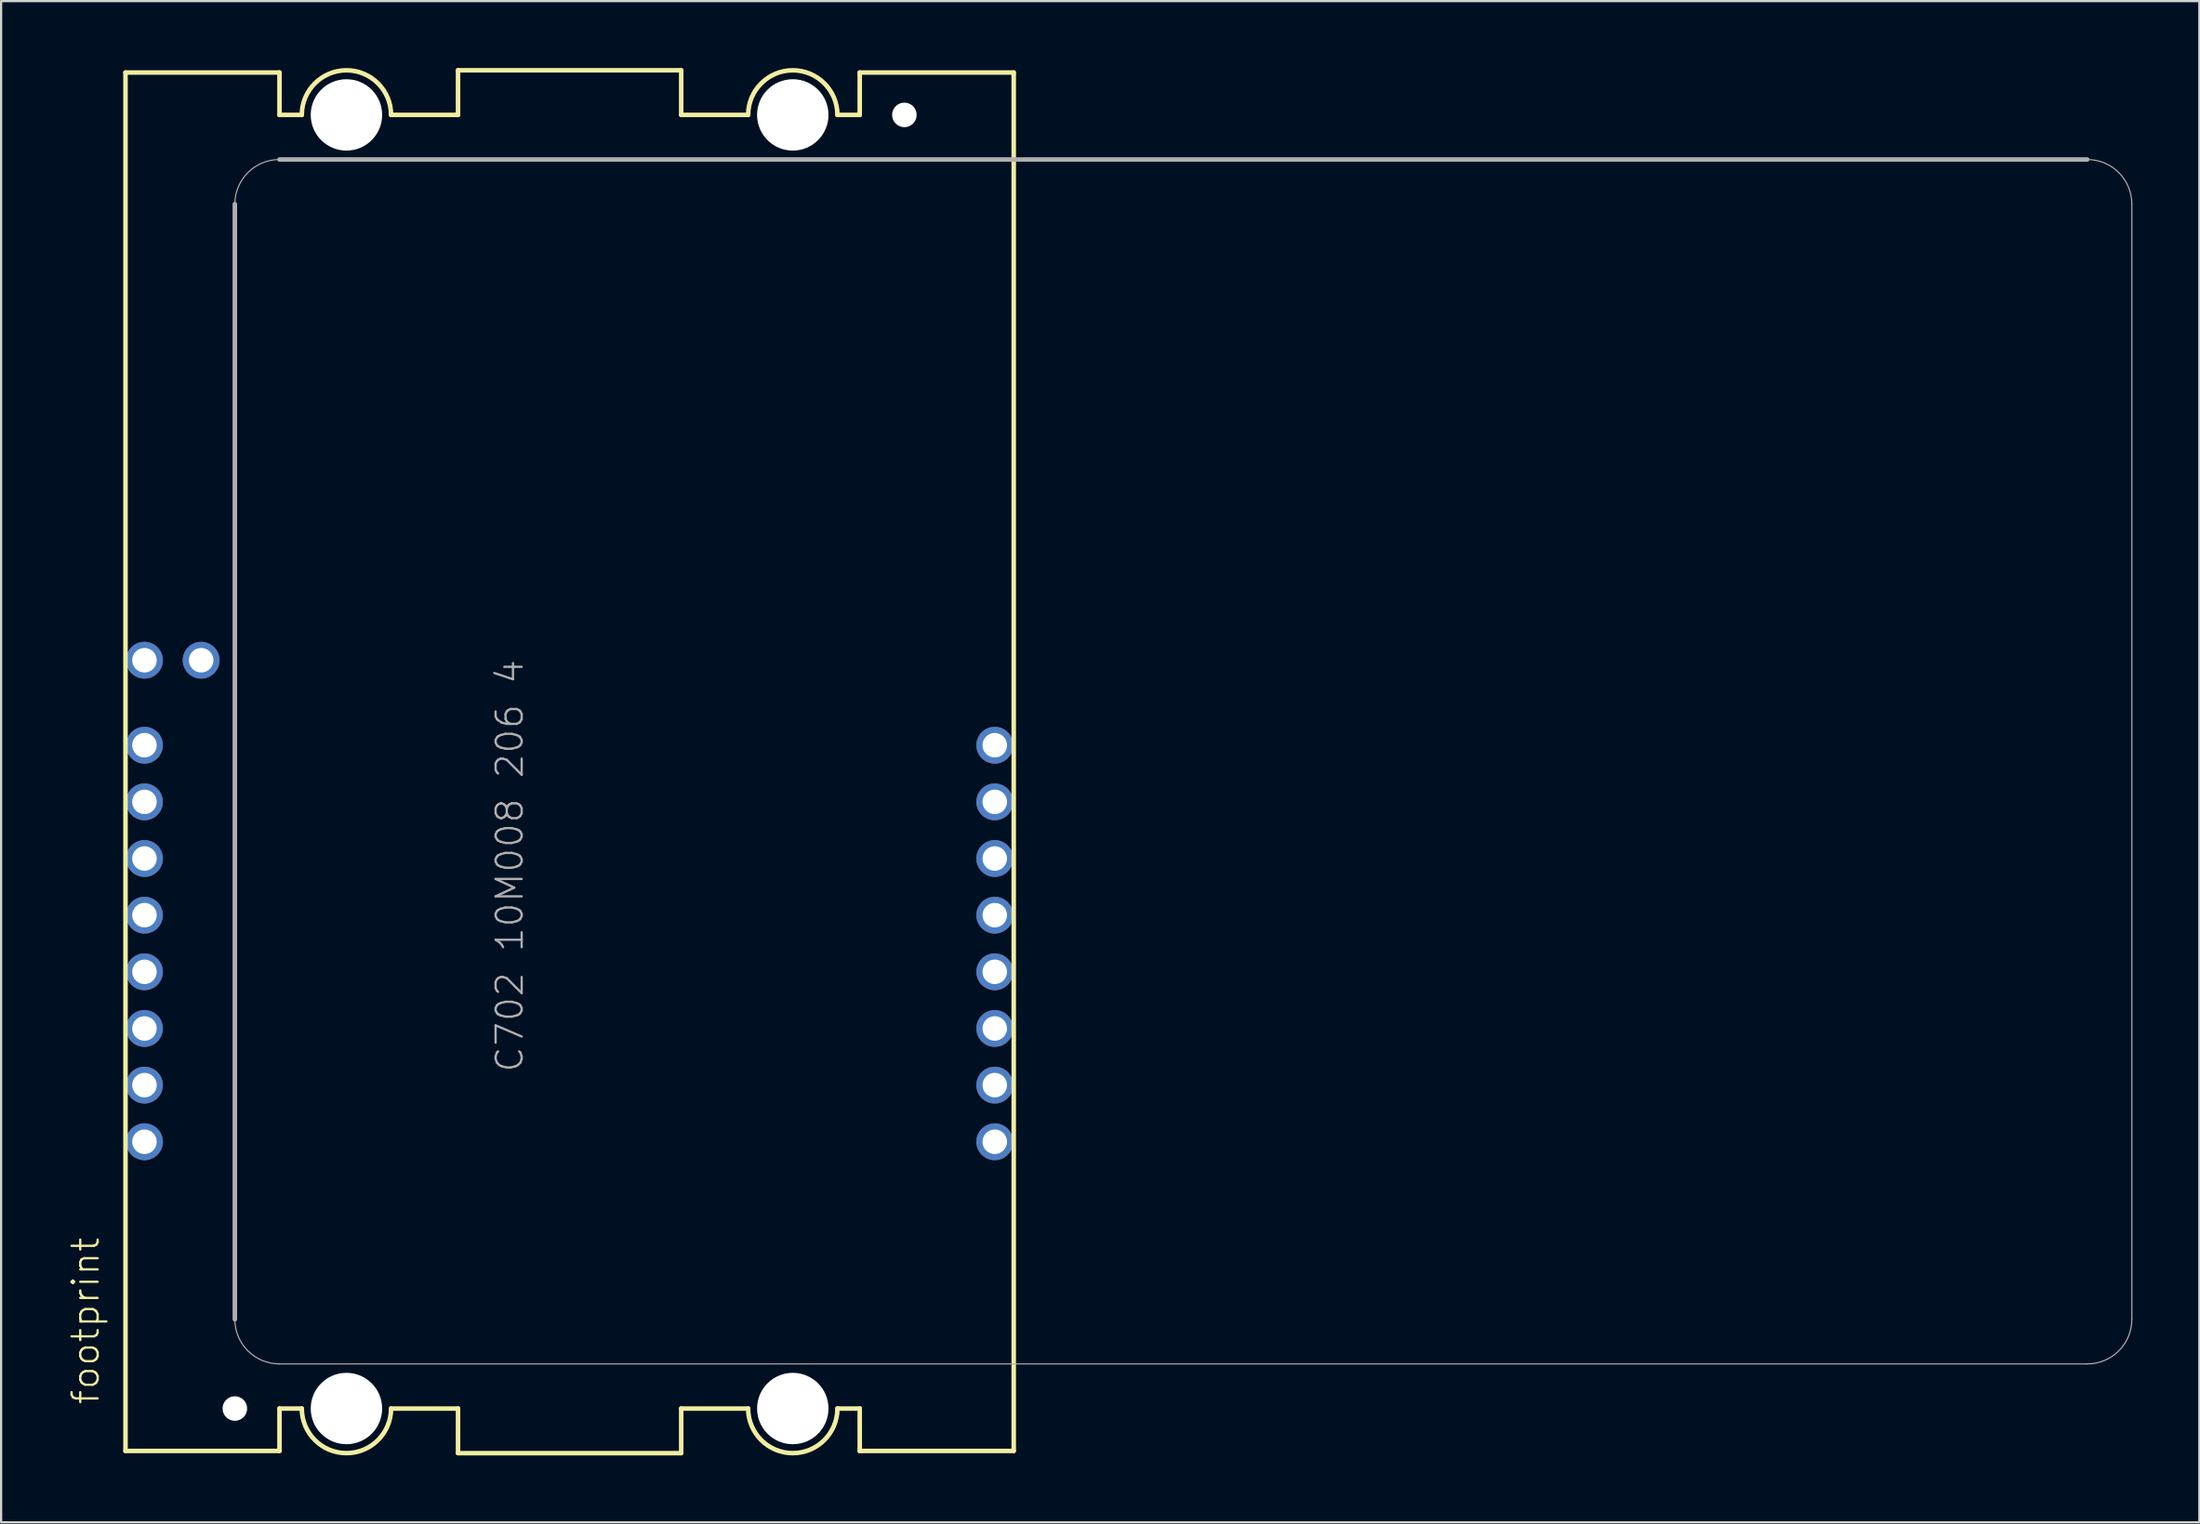
<source format=kicad_pcb>
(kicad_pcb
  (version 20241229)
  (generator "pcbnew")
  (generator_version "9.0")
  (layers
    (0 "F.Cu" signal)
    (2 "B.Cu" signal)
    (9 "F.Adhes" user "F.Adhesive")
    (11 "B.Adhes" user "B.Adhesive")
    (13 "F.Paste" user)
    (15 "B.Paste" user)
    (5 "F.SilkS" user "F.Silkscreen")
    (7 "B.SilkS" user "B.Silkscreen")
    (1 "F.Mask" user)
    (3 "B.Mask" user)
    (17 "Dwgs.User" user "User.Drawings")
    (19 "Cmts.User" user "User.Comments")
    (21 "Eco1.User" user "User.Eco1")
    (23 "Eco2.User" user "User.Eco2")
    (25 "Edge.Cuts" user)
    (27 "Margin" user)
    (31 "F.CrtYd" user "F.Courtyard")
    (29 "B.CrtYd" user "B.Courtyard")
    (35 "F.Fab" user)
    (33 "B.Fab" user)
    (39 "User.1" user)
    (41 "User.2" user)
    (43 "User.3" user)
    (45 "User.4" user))
  (footprint "footprint"
    (layer "F.Cu")
    (at 22.473 31.102)
    (property "Reference" "footprint" (at -21 28.89 90) (layer "F.SilkS") (effects (font (size 1.168 1.168) (thickness 0.102)) (justify left bottom)))
    (fp_line (start -19.9 -30.9) (end -19.9 30.9) (stroke (width 0.203) (type solid)) (layer "F.SilkS"))
    (fp_line (start -19.9 -30.9) (end -13 -30.9) (stroke (width 0.203) (type solid)) (layer "F.SilkS"))
    (fp_line (start -19.9 30.9) (end -13 30.9) (stroke (width 0.203) (type solid)) (layer "F.SilkS"))
    (fp_line (start -13 -30.9) (end -13 -29) (stroke (width 0.203) (type solid)) (layer "F.SilkS"))
    (fp_line (start -13 -29) (end -12 -29) (stroke (width 0.203) (type solid)) (layer "F.SilkS"))
    (fp_line (start -13 29) (end -12 29) (stroke (width 0.203) (type solid)) (layer "F.SilkS"))
    (fp_line (start -13 30.9) (end -13 29) (stroke (width 0.203) (type solid)) (layer "F.SilkS"))
    (fp_line (start -8 -29) (end -5 -29) (stroke (width 0.203) (type solid)) (layer "F.SilkS"))
    (fp_line (start -8 29) (end -5 29) (stroke (width 0.203) (type solid)) (layer "F.SilkS"))
    (fp_line (start -5 -31) (end 5 -31) (stroke (width 0.203) (type solid)) (layer "F.SilkS"))
    (fp_line (start -5 -29) (end -5 -31) (stroke (width 0.203) (type solid)) (layer "F.SilkS"))
    (fp_line (start -5 29) (end -5 31) (stroke (width 0.203) (type solid)) (layer "F.SilkS"))
    (fp_line (start -5 31) (end 5 31) (stroke (width 0.203) (type solid)) (layer "F.SilkS"))
    (fp_line (start 5 -31) (end 5 -29) (stroke (width 0.203) (type solid)) (layer "F.SilkS"))
    (fp_line (start 5 -29) (end 8 -29) (stroke (width 0.203) (type solid)) (layer "F.SilkS"))
    (fp_line (start 5 29) (end 8 29) (stroke (width 0.203) (type solid)) (layer "F.SilkS"))
    (fp_line (start 5 31) (end 5 29) (stroke (width 0.203) (type solid)) (layer "F.SilkS"))
    (fp_line (start 12 -29) (end 13 -29) (stroke (width 0.203) (type solid)) (layer "F.SilkS"))
    (fp_line (start 12 29) (end 13 29) (stroke (width 0.203) (type solid)) (layer "F.SilkS"))
    (fp_line (start 13 -30.9) (end 19.9 -30.9) (stroke (width 0.203) (type solid)) (layer "F.SilkS"))
    (fp_line (start 13 -29) (end 13 -30.9) (stroke (width 0.203) (type solid)) (layer "F.SilkS"))
    (fp_line (start 13 29) (end 13 30.9) (stroke (width 0.203) (type solid)) (layer "F.SilkS"))
    (fp_line (start 13 30.9) (end 19.9 30.9) (stroke (width 0.203) (type solid)) (layer "F.SilkS"))
    (fp_line (start 19.9 30.9) (end 19.9 -30.9) (stroke (width 0.203) (type solid)) (layer "F.SilkS"))
    (fp_arc (start -12 -29) (mid -10 -31) (end -8 -29) (stroke (width 0.2032) (type solid)) (layer "F.SilkS"))
    (fp_arc (start -8 29) (mid -10 31) (end -12 29) (stroke (width 0.2032) (type solid)) (layer "F.SilkS"))
    (fp_arc (start 8 -29) (mid 10 -31) (end 12 -29) (stroke (width 0.2032) (type solid)) (layer "F.SilkS"))
    (fp_arc (start 12 29) (mid 10 31) (end 8 29) (stroke (width 0.2032) (type solid)) (layer "F.SilkS"))
    (fp_line (start -15 25) (end -15 -25) (stroke (width 0.203) (type solid)) (layer "F.Fab"))
    (fp_line (start -13 -27) (end 68 -27) (stroke (width 0.203) (type solid)) (layer "F.Fab"))
    (fp_line (start 68 27) (end -13 27) (stroke (width 0.051) (type solid)) (layer "F.Fab"))
    (fp_line (start 70 -25) (end 70 25) (stroke (width 0.051) (type solid)) (layer "F.Fab"))
    (fp_arc (start -15 -25) (mid -14.414214 -26.414214) (end -13 -27) (stroke (width 0.0508) (type solid)) (layer "F.Fab"))
    (fp_arc (start -13 27) (mid -14.414214 26.414214) (end -15 25) (stroke (width 0.0508) (type solid)) (layer "F.Fab"))
    (fp_arc (start 68 -27) (mid 69.414214 -26.414214) (end 70 -25) (stroke (width 0.0508) (type solid)) (layer "F.Fab"))
    (fp_arc (start 70 25) (mid 69.414214 26.414214) (end 68 27) (stroke (width 0.0508) (type solid)) (layer "F.Fab"))
    (fp_text user "C702 10M008 206 4" (at -2 14 90) (layer "F.Fab") (effects (font (size 1.168 1.168) (thickness 0.102)) (justify left bottom)))
    (pad "" np_thru_hole circle (at -15 29) (size 1.1 1.1) (drill 1.1) (layers "*.Cu" "*.Mask"))
    (pad "" np_thru_hole circle (at -10 -29) (size 3.2 3.2) (drill 3.2) (layers "*.Cu" "*.Mask"))
    (pad "" np_thru_hole circle (at -10 29) (size 3.2 3.2) (drill 3.2) (layers "*.Cu" "*.Mask"))
    (pad "" np_thru_hole circle (at 10 -29) (size 3.2 3.2) (drill 3.2) (layers "*.Cu" "*.Mask"))
    (pad "" np_thru_hole circle (at 10 29) (size 3.2 3.2) (drill 3.2) (layers "*.Cu" "*.Mask"))
    (pad "" np_thru_hole circle (at 15 -29) (size 1.1 1.1) (drill 1.1) (layers "*.Cu" "*.Mask"))
    (pad "C1" thru_hole circle (at -19.05 6.88) (size 1.65 1.65) (drill 1.1) (layers "*.Cu" "*.Mask"))
    (pad "C2" thru_hole circle (at -19.05 4.34) (size 1.65 1.65) (drill 1.1) (layers "*.Cu" "*.Mask"))
    (pad "C3" thru_hole circle (at -19.05 1.8) (size 1.65 1.65) (drill 1.1) (layers "*.Cu" "*.Mask"))
    (pad "C4" thru_hole circle (at -19.05 -0.74) (size 1.65 1.65) (drill 1.1) (layers "*.Cu" "*.Mask"))
    (pad "C5" thru_hole circle (at 19.05 6.88) (size 1.65 1.65) (drill 1.1) (layers "*.Cu" "*.Mask"))
    (pad "C6" thru_hole circle (at 19.05 4.34) (size 1.65 1.65) (drill 1.1) (layers "*.Cu" "*.Mask"))
    (pad "C7" thru_hole circle (at 19.05 1.8) (size 1.65 1.65) (drill 1.1) (layers "*.Cu" "*.Mask"))
    (pad "C8" thru_hole circle (at 19.05 -0.74) (size 1.65 1.65) (drill 1.1) (layers "*.Cu" "*.Mask"))
    (pad "C_1" thru_hole circle (at 19.05 9.42) (size 1.65 1.65) (drill 1.1) (layers "*.Cu" "*.Mask"))
    (pad "C_2" thru_hole circle (at 19.05 11.96) (size 1.65 1.65) (drill 1.1) (layers "*.Cu" "*.Mask"))
    (pad "C_3" thru_hole circle (at 19.05 14.5) (size 1.65 1.65) (drill 1.1) (layers "*.Cu" "*.Mask"))
    (pad "C_4" thru_hole circle (at 19.05 17.04) (size 1.65 1.65) (drill 1.1) (layers "*.Cu" "*.Mask"))
    (pad "C_5" thru_hole circle (at -19.05 9.42) (size 1.65 1.65) (drill 1.1) (layers "*.Cu" "*.Mask"))
    (pad "C_6" thru_hole circle (at -19.05 11.96) (size 1.65 1.65) (drill 1.1) (layers "*.Cu" "*.Mask"))
    (pad "C_7" thru_hole circle (at -19.05 14.5) (size 1.65 1.65) (drill 1.1) (layers "*.Cu" "*.Mask"))
    (pad "C_8" thru_hole circle (at -19.05 17.04) (size 1.65 1.65) (drill 1.1) (layers "*.Cu" "*.Mask"))
    (pad "S1" thru_hole circle (at -19.05 -4.55) (size 1.65 1.65) (drill 1.1) (layers "*.Cu" "*.Mask"))
    (pad "S2" thru_hole circle (at -16.51 -4.55) (size 1.65 1.65) (drill 1.1) (layers "*.Cu" "*.Mask")))
  (gr_rect
    (start -3 -3)
    (end 95.499 65.203)
    (stroke (width 0.1) (type default))
    (fill no)
    (layer "Edge.Cuts")))
</source>
